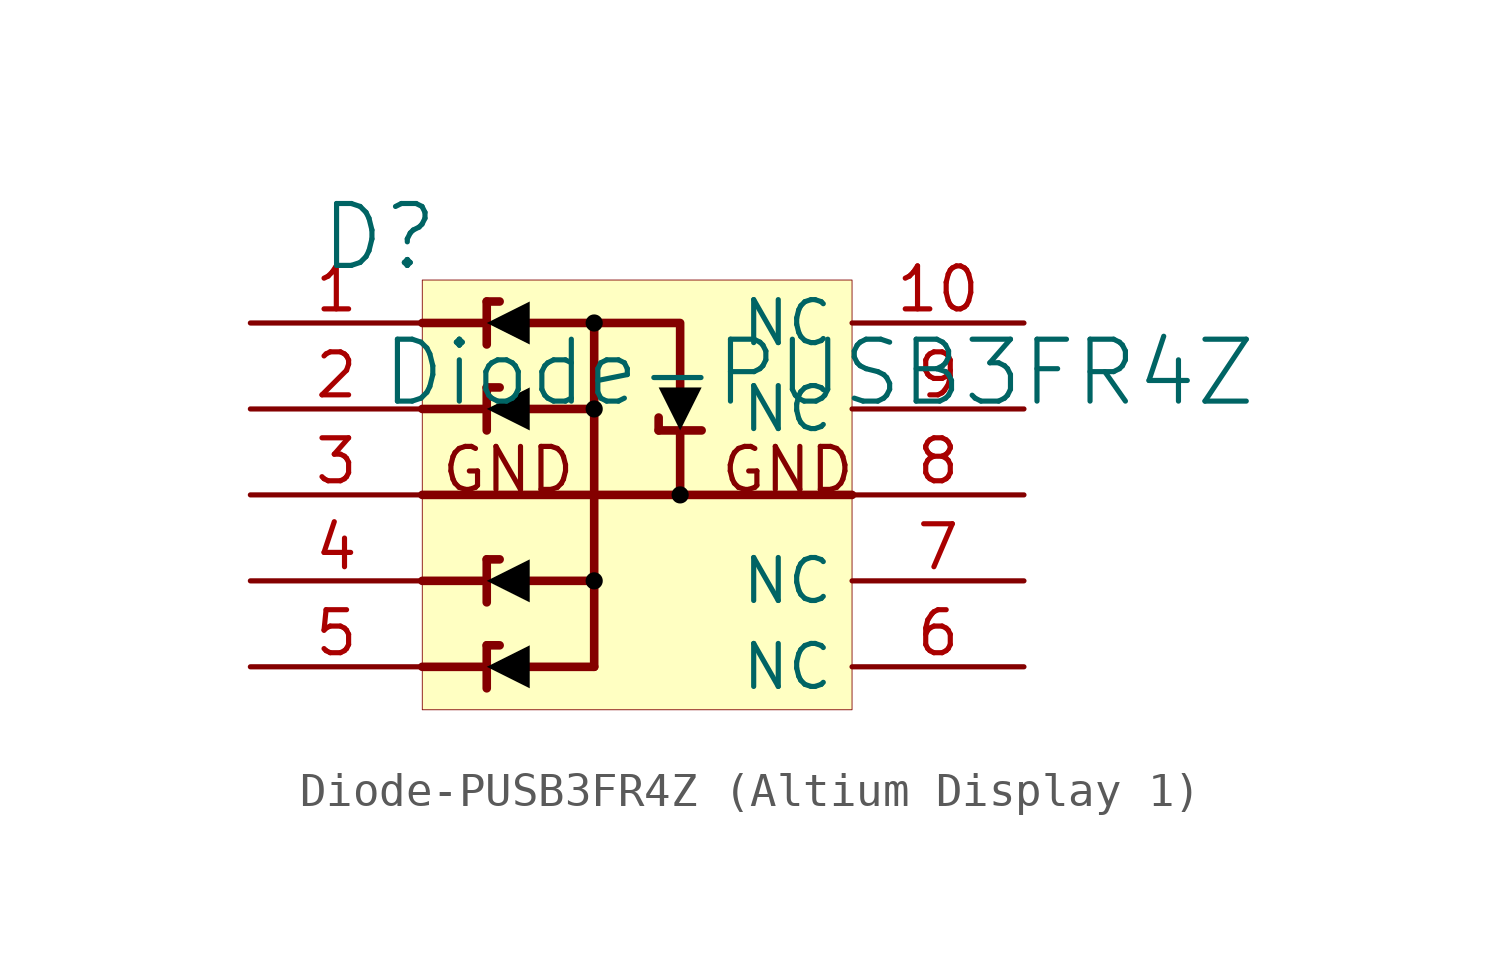
<source format=kicad_sym>
(kicad_symbol_lib
  (version 20231120)
  (generator "kicad_symbol_editor")
  (generator_version "8.0")
  (symbol "Diode-PUSB3FR4Z (Altium Display 1)"
    (property "Reference" "D"
      (at -1.27 1.27 0)
      (effects (font (size 1.829 1.829))))
    (property "Value" "Diode-PUSB3FR4Z"
      (at -1.27 -3.81 0)
      (effects (font (size 1.829 1.829)) (justify left bottom)))
    (symbol "Diode-PUSB3FR4Z (Altium Display 1)_1_0"
      (polyline (pts (xy 0 -11.43) (xy 1.905 -11.43)) (stroke (width 0.254) (type solid)) (fill (type none)))
      (polyline (pts (xy 0 -8.89) (xy 1.905 -8.89)) (stroke (width 0.254) (type solid)) (fill (type none)))
      (polyline (pts (xy 0 -6.35) (xy 12.7 -6.35)) (stroke (width 0.254) (type solid)) (fill (type none)))
      (polyline (pts (xy 0 -3.81) (xy 1.905 -3.81)) (stroke (width 0.254) (type solid)) (fill (type none)))
      (polyline (pts (xy 0 -1.27) (xy 1.905 -1.27)) (stroke (width 0.254) (type solid)) (fill (type none)))
      (polyline (pts (xy 1.905 -11.43) (xy 1.905 -12.065)) (stroke (width 0.254) (type solid)) (fill (type none)))
      (polyline (pts (xy 1.905 -11.43) (xy 1.905 -10.795)) (stroke (width 0.254) (type solid)) (fill (type none)))
      (polyline (pts (xy 1.905 -10.795) (xy 2.286 -10.795)) (stroke (width 0.254) (type solid)) (fill (type none)))
      (polyline (pts (xy 1.905 -8.89) (xy 1.905 -9.525)) (stroke (width 0.254) (type solid)) (fill (type none)))
      (polyline (pts (xy 1.905 -8.89) (xy 1.905 -8.255)) (stroke (width 0.254) (type solid)) (fill (type none)))
      (polyline (pts (xy 1.905 -8.255) (xy 2.286 -8.255)) (stroke (width 0.254) (type solid)) (fill (type none)))
      (polyline (pts (xy 1.905 -3.81) (xy 1.905 -4.445)) (stroke (width 0.254) (type solid)) (fill (type none)))
      (polyline (pts (xy 1.905 -3.81) (xy 1.905 -3.175)) (stroke (width 0.254) (type solid)) (fill (type none)))
      (polyline (pts (xy 1.905 -3.175) (xy 2.286 -3.175)) (stroke (width 0.254) (type solid)) (fill (type none)))
      (polyline (pts (xy 1.905 -1.27) (xy 1.905 -1.905)) (stroke (width 0.254) (type solid)) (fill (type none)))
      (polyline (pts (xy 1.905 -1.27) (xy 1.905 -0.635)) (stroke (width 0.254) (type solid)) (fill (type none)))
      (polyline (pts (xy 1.905 -0.635) (xy 2.286 -0.635)) (stroke (width 0.254) (type solid)) (fill (type none)))
      (polyline (pts (xy 3.175 -11.43) (xy 5.08 -11.43)) (stroke (width 0.254) (type solid)) (fill (type none)))
      (polyline (pts (xy 3.175 -8.89) (xy 5.08 -8.89)) (stroke (width 0.254) (type solid)) (fill (type none)))
      (polyline (pts (xy 3.175 -3.81) (xy 5.08 -3.81)) (stroke (width 0.254) (type solid)) (fill (type none)))
      (polyline (pts (xy 5.08 -1.27) (xy 5.08 -11.43)) (stroke (width 0.254) (type solid)) (fill (type none)))
      (polyline (pts (xy 6.985 -4.445) (xy 6.985 -4.064)) (stroke (width 0.254) (type solid)) (fill (type none)))
      (polyline (pts (xy 7.62 -4.445) (xy 6.985 -4.445)) (stroke (width 0.254) (type solid)) (fill (type none)))
      (polyline (pts (xy 7.62 -4.445) (xy 7.62 -6.35)) (stroke (width 0.254) (type solid)) (fill (type none)))
      (polyline (pts (xy 7.62 -4.445) (xy 8.255 -4.445)) (stroke (width 0.254) (type solid)) (fill (type none)))
      (polyline (pts (xy 3.175 -1.27) (xy 7.62 -1.27) (xy 7.62 -3.175)) (stroke (width 0.254) (type solid)) (fill (type none)))
      (polyline (pts (xy 3.175 -12.065) (xy 1.905 -11.43) (xy 3.175 -10.795) (xy 3.175 -12.065)) (stroke (width -0.0001) (type solid) (color 0 0 0 1)) (fill (type outline)))
      (polyline (pts (xy 3.175 -9.525) (xy 1.905 -8.89) (xy 3.175 -8.255) (xy 3.175 -9.525)) (stroke (width -0.0001) (type solid) (color 0 0 0 1)) (fill (type outline)))
      (polyline (pts (xy 3.175 -4.445) (xy 1.905 -3.81) (xy 3.175 -3.175) (xy 3.175 -4.445)) (stroke (width -0.0001) (type solid) (color 0 0 0 1)) (fill (type outline)))
      (polyline (pts (xy 3.175 -1.905) (xy 1.905 -1.27) (xy 3.175 -0.635) (xy 3.175 -1.905)) (stroke (width -0.0001) (type solid) (color 0 0 0 1)) (fill (type outline)))
      (polyline (pts (xy 8.255 -3.175) (xy 7.62 -4.445) (xy 6.985 -3.175) (xy 8.255 -3.175)) (stroke (width -0.0001) (type solid) (color 0 0 0 1)) (fill (type outline)))
      (circle (center 5.08 -8.89) (radius 0.254) (stroke (width -0.0001) (type solid) (color 0 0 0 1)) (fill (type outline)))
      (circle (center 5.08 -3.81) (radius 0.254) (stroke (width -0.0001) (type solid) (color 0 0 0 1)) (fill (type outline)))
      (circle (center 5.08 -1.27) (radius 0.254) (stroke (width -0.0001) (type solid) (color 0 0 0 1)) (fill (type outline)))
      (circle (center 7.62 -6.35) (radius 0.254) (stroke (width -0.0001) (type solid) (color 0 0 0 1)) (fill (type outline)))
      (rectangle (start 12.7 0) (end 0 -12.7) (stroke (width 0.025) (type solid) (color 128 0 0 1)) (fill (type background)))
      (text "GND" (at 2.54 -6.35 0) (effects (font (size 1.27 1.27)) (justify bottom)))
      (text "GND" (at 10.795 -6.35 0) (effects (font (size 1.27 1.27)) (justify bottom)))
      (pin passive line (at -5.08 -1.27 0) (length 5.08) (name "CH1" (effects (font (size 0 0)))) (number "1" (effects (font (size 1.27 1.27)))))
      (pin passive line (at 17.78 -1.27 180) (length 5.08) (name "NC" (effects (font (size 1.27 1.27)))) (number "10" (effects (font (size 1.27 1.27)))))
      (pin passive line (at -5.08 -3.81 0) (length 5.08) (name "CH2" (effects (font (size 0 0)))) (number "2" (effects (font (size 1.27 1.27)))))
      (pin passive line (at -5.08 -6.35 0) (length 5.08) (name "GND" (effects (font (size 0 0)))) (number "3" (effects (font (size 1.27 1.27)))))
      (pin passive line (at -5.08 -8.89 0) (length 5.08) (name "CH3" (effects (font (size 0 0)))) (number "4" (effects (font (size 1.27 1.27)))))
      (pin passive line (at -5.08 -11.43 0) (length 5.08) (name "CH4" (effects (font (size 0 0)))) (number "5" (effects (font (size 1.27 1.27)))))
      (pin passive line (at 17.78 -11.43 180) (length 5.08) (name "NC" (effects (font (size 1.27 1.27)))) (number "6" (effects (font (size 1.27 1.27)))))
      (pin passive line (at 17.78 -8.89 180) (length 5.08) (name "NC" (effects (font (size 1.27 1.27)))) (number "7" (effects (font (size 1.27 1.27)))))
      (pin passive line (at 17.78 -6.35 180) (length 5.08) (name "GND" (effects (font (size 0 0)))) (number "8" (effects (font (size 1.27 1.27)))))
      (pin passive line (at 17.78 -3.81 180) (length 5.08) (name "NC" (effects (font (size 1.27 1.27)))) (number "9" (effects (font (size 1.27 1.27))))))))
</source>
